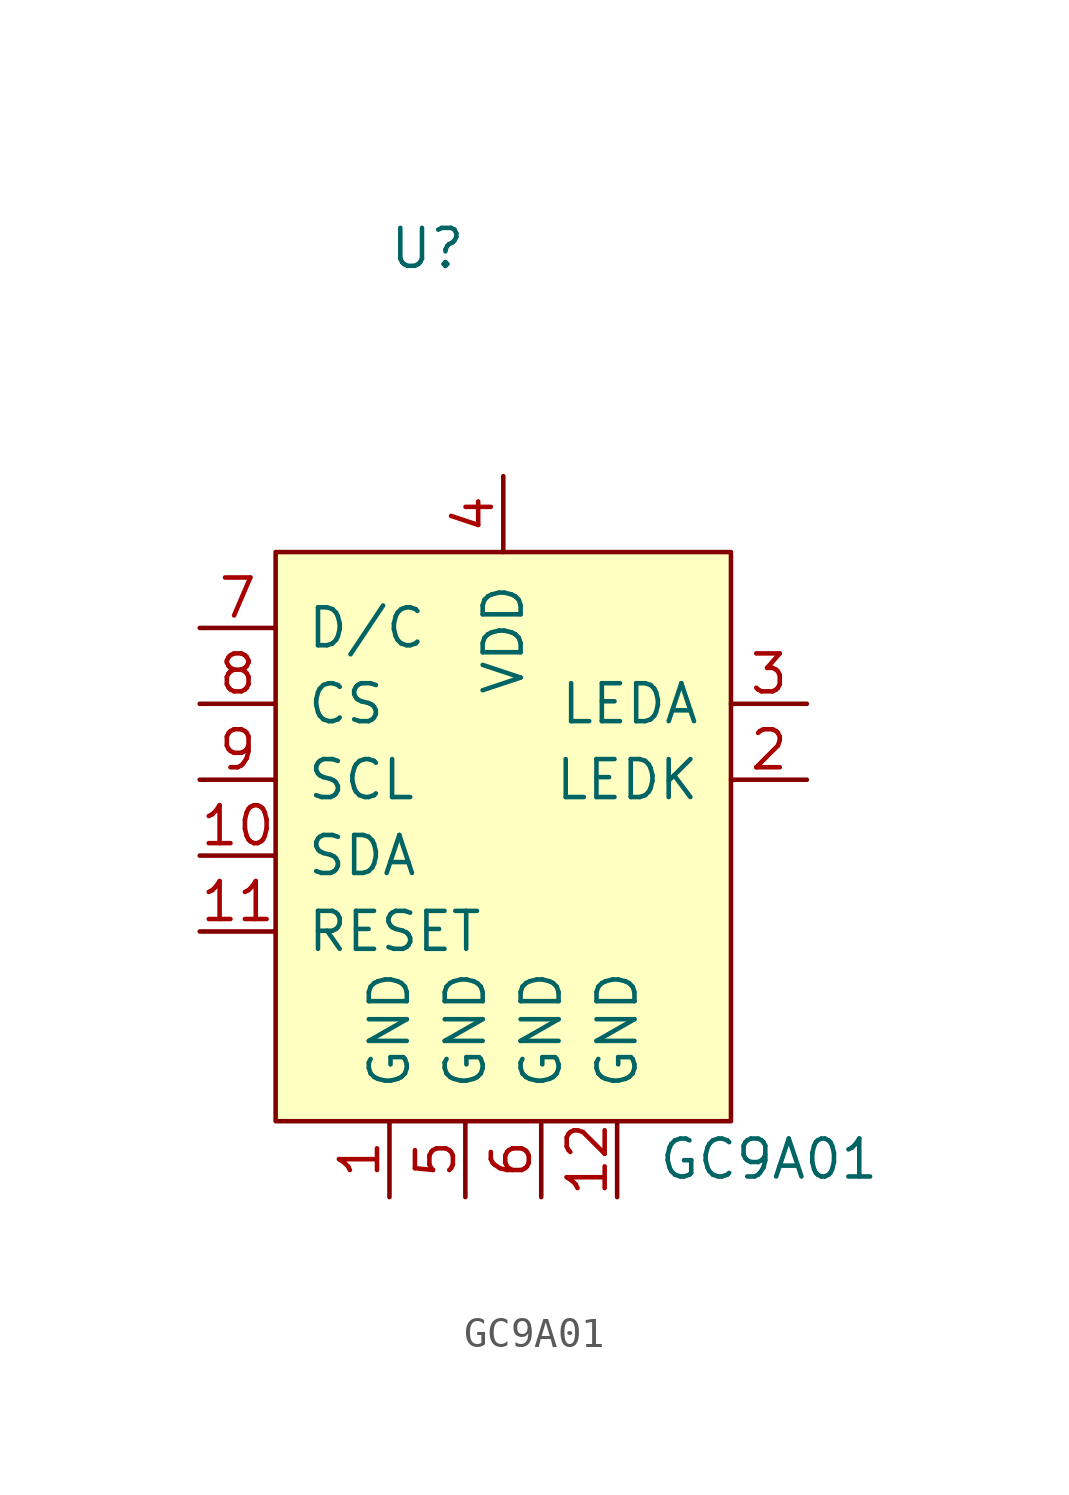
<source format=kicad_sym>
(kicad_symbol_lib
  (version 20211014)
  (generator kicad_symbol_editor)
  (symbol "GC9A01"
    (pin_names
      (offset 1.016))
    (property "Reference" "U"
      (at -2.54 16.51 0)
      (effects (font (size 1.27 1.27))))
    (property "Value" "GC9A01"
      (at 8.89 -13.97 0)
      (effects (font (size 1.27 1.27))))
    (symbol "GC9A01_0_1"
      (rectangle (start -7.62 6.35) (end 7.62 -12.7) (stroke (width 0.152) (type default) (color 0 0 0 0)) (fill (type background))))
    (symbol "GC9A01_1_1"
      (pin input line (at -3.81 -15.24 90) (length 2.54) (name "GND" (effects (font (size 1.27 1.27)))) (number "1" (effects (font (size 1.27 1.27)))))
      (pin input line (at -10.16 -3.81 0) (length 2.54) (name "SDA" (effects (font (size 1.27 1.27)))) (number "10" (effects (font (size 1.27 1.27)))))
      (pin input line (at -10.16 -6.35 0) (length 2.54) (name "RESET" (effects (font (size 1.27 1.27)))) (number "11" (effects (font (size 1.27 1.27)))))
      (pin input line (at 3.81 -15.24 90) (length 2.54) (name "GND" (effects (font (size 1.27 1.27)))) (number "12" (effects (font (size 1.27 1.27)))))
      (pin input line (at 10.16 -1.27 180) (length 2.54) (name "LEDK" (effects (font (size 1.27 1.27)))) (number "2" (effects (font (size 1.27 1.27)))))
      (pin input line (at 10.16 1.27 180) (length 2.54) (name "LEDA" (effects (font (size 1.27 1.27)))) (number "3" (effects (font (size 1.27 1.27)))))
      (pin input line (at 0 8.89 270) (length 2.54) (name "VDD" (effects (font (size 1.27 1.27)))) (number "4" (effects (font (size 1.27 1.27)))))
      (pin input line (at -1.27 -15.24 90) (length 2.54) (name "GND" (effects (font (size 1.27 1.27)))) (number "5" (effects (font (size 1.27 1.27)))))
      (pin input line (at 1.27 -15.24 90) (length 2.54) (name "GND" (effects (font (size 1.27 1.27)))) (number "6" (effects (font (size 1.27 1.27)))))
      (pin input line (at -10.16 3.81 0) (length 2.54) (name "D/C" (effects (font (size 1.27 1.27)))) (number "7" (effects (font (size 1.27 1.27)))))
      (pin input line (at -10.16 1.27 0) (length 2.54) (name "CS" (effects (font (size 1.27 1.27)))) (number "8" (effects (font (size 1.27 1.27)))))
      (pin input line (at -10.16 -1.27 0) (length 2.54) (name "SCL" (effects (font (size 1.27 1.27)))) (number "9" (effects (font (size 1.27 1.27))))))))
</source>
